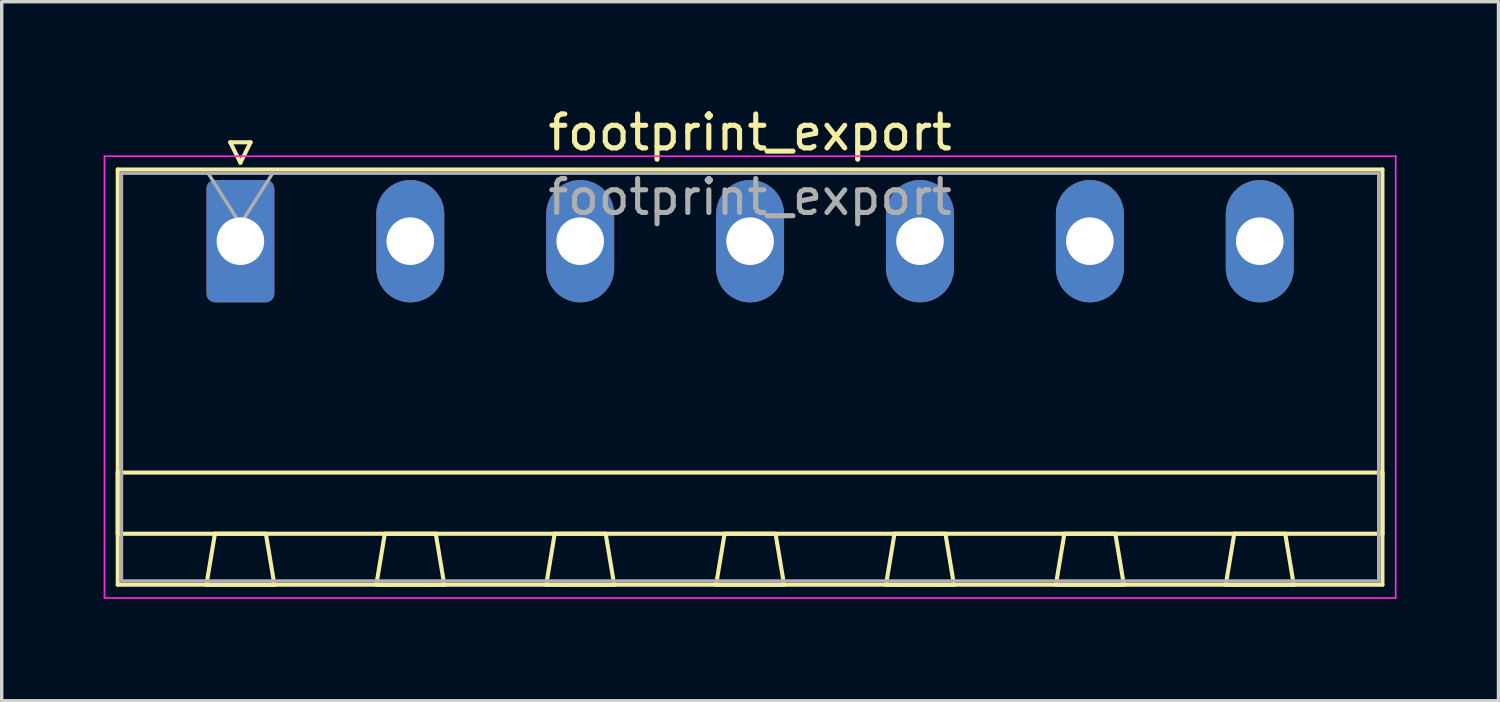
<source format=kicad_pcb>
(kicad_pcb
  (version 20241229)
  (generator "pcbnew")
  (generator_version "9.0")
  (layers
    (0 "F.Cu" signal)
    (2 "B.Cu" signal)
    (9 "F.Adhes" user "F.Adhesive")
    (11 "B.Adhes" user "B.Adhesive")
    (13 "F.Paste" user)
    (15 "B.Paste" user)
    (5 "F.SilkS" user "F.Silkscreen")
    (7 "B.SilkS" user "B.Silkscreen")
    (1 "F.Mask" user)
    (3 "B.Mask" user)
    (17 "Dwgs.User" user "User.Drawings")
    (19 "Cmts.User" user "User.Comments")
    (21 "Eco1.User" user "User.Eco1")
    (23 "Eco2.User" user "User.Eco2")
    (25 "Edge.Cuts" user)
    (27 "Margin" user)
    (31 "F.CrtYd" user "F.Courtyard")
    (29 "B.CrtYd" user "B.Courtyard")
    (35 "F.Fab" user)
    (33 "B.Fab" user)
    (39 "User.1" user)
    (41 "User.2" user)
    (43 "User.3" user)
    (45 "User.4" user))
  (footprint "footprint_export"
    (layer "F.Cu")
    (at 4.025 4.048)
    (property "Reference" "footprint_export" (at 15 -3.2 0) (layer "F.SilkS") (effects (font (size 1 1) (thickness 0.15))))
    (attr through_hole)
    (fp_line (start -3.61 -2.11) (end -3.61 10.11) (stroke (width 0.12) (type solid)) (layer "F.SilkS"))
    (fp_line (start -3.61 6.81) (end 33.61 6.81) (stroke (width 0.12) (type solid)) (layer "F.SilkS"))
    (fp_line (start -3.61 8.61) (end -3.61 6.81) (stroke (width 0.12) (type solid)) (layer "F.SilkS"))
    (fp_line (start -3.61 10.11) (end 33.61 10.11) (stroke (width 0.12) (type solid)) (layer "F.SilkS"))
    (fp_line (start -1 10.11) (end 1 10.11) (stroke (width 0.12) (type solid)) (layer "F.SilkS"))
    (fp_line (start -0.75 8.61) (end -1 10.11) (stroke (width 0.12) (type solid)) (layer "F.SilkS"))
    (fp_line (start -0.3 -2.91) (end 0.3 -2.91) (stroke (width 0.12) (type solid)) (layer "F.SilkS"))
    (fp_line (start 0 -2.31) (end -0.3 -2.91) (stroke (width 0.12) (type solid)) (layer "F.SilkS"))
    (fp_line (start 0.3 -2.91) (end 0 -2.31) (stroke (width 0.12) (type solid)) (layer "F.SilkS"))
    (fp_line (start 0.75 8.61) (end -0.75 8.61) (stroke (width 0.12) (type solid)) (layer "F.SilkS"))
    (fp_line (start 1 10.11) (end 0.75 8.61) (stroke (width 0.12) (type solid)) (layer "F.SilkS"))
    (fp_line (start 4 10.11) (end 6 10.11) (stroke (width 0.12) (type solid)) (layer "F.SilkS"))
    (fp_line (start 4.25 8.61) (end 4 10.11) (stroke (width 0.12) (type solid)) (layer "F.SilkS"))
    (fp_line (start 5.75 8.61) (end 4.25 8.61) (stroke (width 0.12) (type solid)) (layer "F.SilkS"))
    (fp_line (start 6 10.11) (end 5.75 8.61) (stroke (width 0.12) (type solid)) (layer "F.SilkS"))
    (fp_line (start 9 10.11) (end 11 10.11) (stroke (width 0.12) (type solid)) (layer "F.SilkS"))
    (fp_line (start 9.25 8.61) (end 9 10.11) (stroke (width 0.12) (type solid)) (layer "F.SilkS"))
    (fp_line (start 10.75 8.61) (end 9.25 8.61) (stroke (width 0.12) (type solid)) (layer "F.SilkS"))
    (fp_line (start 11 10.11) (end 10.75 8.61) (stroke (width 0.12) (type solid)) (layer "F.SilkS"))
    (fp_line (start 14 10.11) (end 16 10.11) (stroke (width 0.12) (type solid)) (layer "F.SilkS"))
    (fp_line (start 14.25 8.61) (end 14 10.11) (stroke (width 0.12) (type solid)) (layer "F.SilkS"))
    (fp_line (start 15.75 8.61) (end 14.25 8.61) (stroke (width 0.12) (type solid)) (layer "F.SilkS"))
    (fp_line (start 16 10.11) (end 15.75 8.61) (stroke (width 0.12) (type solid)) (layer "F.SilkS"))
    (fp_line (start 19 10.11) (end 21 10.11) (stroke (width 0.12) (type solid)) (layer "F.SilkS"))
    (fp_line (start 19.25 8.61) (end 19 10.11) (stroke (width 0.12) (type solid)) (layer "F.SilkS"))
    (fp_line (start 20.75 8.61) (end 19.25 8.61) (stroke (width 0.12) (type solid)) (layer "F.SilkS"))
    (fp_line (start 21 10.11) (end 20.75 8.61) (stroke (width 0.12) (type solid)) (layer "F.SilkS"))
    (fp_line (start 24 10.11) (end 26 10.11) (stroke (width 0.12) (type solid)) (layer "F.SilkS"))
    (fp_line (start 24.25 8.61) (end 24 10.11) (stroke (width 0.12) (type solid)) (layer "F.SilkS"))
    (fp_line (start 25.75 8.61) (end 24.25 8.61) (stroke (width 0.12) (type solid)) (layer "F.SilkS"))
    (fp_line (start 26 10.11) (end 25.75 8.61) (stroke (width 0.12) (type solid)) (layer "F.SilkS"))
    (fp_line (start 29 10.11) (end 31 10.11) (stroke (width 0.12) (type solid)) (layer "F.SilkS"))
    (fp_line (start 29.25 8.61) (end 29 10.11) (stroke (width 0.12) (type solid)) (layer "F.SilkS"))
    (fp_line (start 30.75 8.61) (end 29.25 8.61) (stroke (width 0.12) (type solid)) (layer "F.SilkS"))
    (fp_line (start 31 10.11) (end 30.75 8.61) (stroke (width 0.12) (type solid)) (layer "F.SilkS"))
    (fp_line (start 33.61 -2.11) (end -3.61 -2.11) (stroke (width 0.12) (type solid)) (layer "F.SilkS"))
    (fp_line (start 33.61 6.81) (end 33.61 8.61) (stroke (width 0.12) (type solid)) (layer "F.SilkS"))
    (fp_line (start 33.61 8.61) (end -3.61 8.61) (stroke (width 0.12) (type solid)) (layer "F.SilkS"))
    (fp_line (start 33.61 10.11) (end 33.61 -2.11) (stroke (width 0.12) (type solid)) (layer "F.SilkS"))
    (fp_line (start -4 -2.5) (end -4 10.5) (stroke (width 0.05) (type solid)) (layer "F.CrtYd"))
    (fp_line (start -4 10.5) (end 34 10.5) (stroke (width 0.05) (type solid)) (layer "F.CrtYd"))
    (fp_line (start 34 -2.5) (end -4 -2.5) (stroke (width 0.05) (type solid)) (layer "F.CrtYd"))
    (fp_line (start 34 10.5) (end 34 -2.5) (stroke (width 0.05) (type solid)) (layer "F.CrtYd"))
    (fp_line (start -3.5 -2) (end -3.5 10) (stroke (width 0.1) (type solid)) (layer "F.Fab"))
    (fp_line (start -3.5 10) (end 33.5 10) (stroke (width 0.1) (type solid)) (layer "F.Fab"))
    (fp_line (start 0 -0.5) (end -0.95 -2) (stroke (width 0.1) (type solid)) (layer "F.Fab"))
    (fp_line (start 0.95 -2) (end 0 -0.5) (stroke (width 0.1) (type solid)) (layer "F.Fab"))
    (fp_line (start 33.5 -2) (end -3.5 -2) (stroke (width 0.1) (type solid)) (layer "F.Fab"))
    (fp_line (start 33.5 10) (end 33.5 -2) (stroke (width 0.1) (type solid)) (layer "F.Fab"))
    (fp_text user "${REFERENCE}" (at 15 -1.3 0) (layer "F.Fab") (effects (font (size 1 1) (thickness 0.15))))
    (pad "1" thru_hole roundrect (at 0 0) (size 2 3.6) (drill 1.4) (layers "*.Cu" "*.Mask") (roundrect_rratio 0.125))
    (pad "2" thru_hole oval (at 5 0) (size 2 3.6) (drill 1.4) (layers "*.Cu" "*.Mask"))
    (pad "3" thru_hole oval (at 10 0) (size 2 3.6) (drill 1.4) (layers "*.Cu" "*.Mask"))
    (pad "4" thru_hole oval (at 15 0) (size 2 3.6) (drill 1.4) (layers "*.Cu" "*.Mask"))
    (pad "5" thru_hole oval (at 20 0) (size 2 3.6) (drill 1.4) (layers "*.Cu" "*.Mask"))
    (pad "6" thru_hole oval (at 25 0) (size 2 3.6) (drill 1.4) (layers "*.Cu" "*.Mask"))
    (pad "7" thru_hole oval (at 30 0) (size 2 3.6) (drill 1.4) (layers "*.Cu" "*.Mask")))
  (gr_rect
    (start -3 -3)
    (end 41.05 17.573)
    (stroke (width 0.1) (type default))
    (fill no)
    (layer "Edge.Cuts")))
</source>
